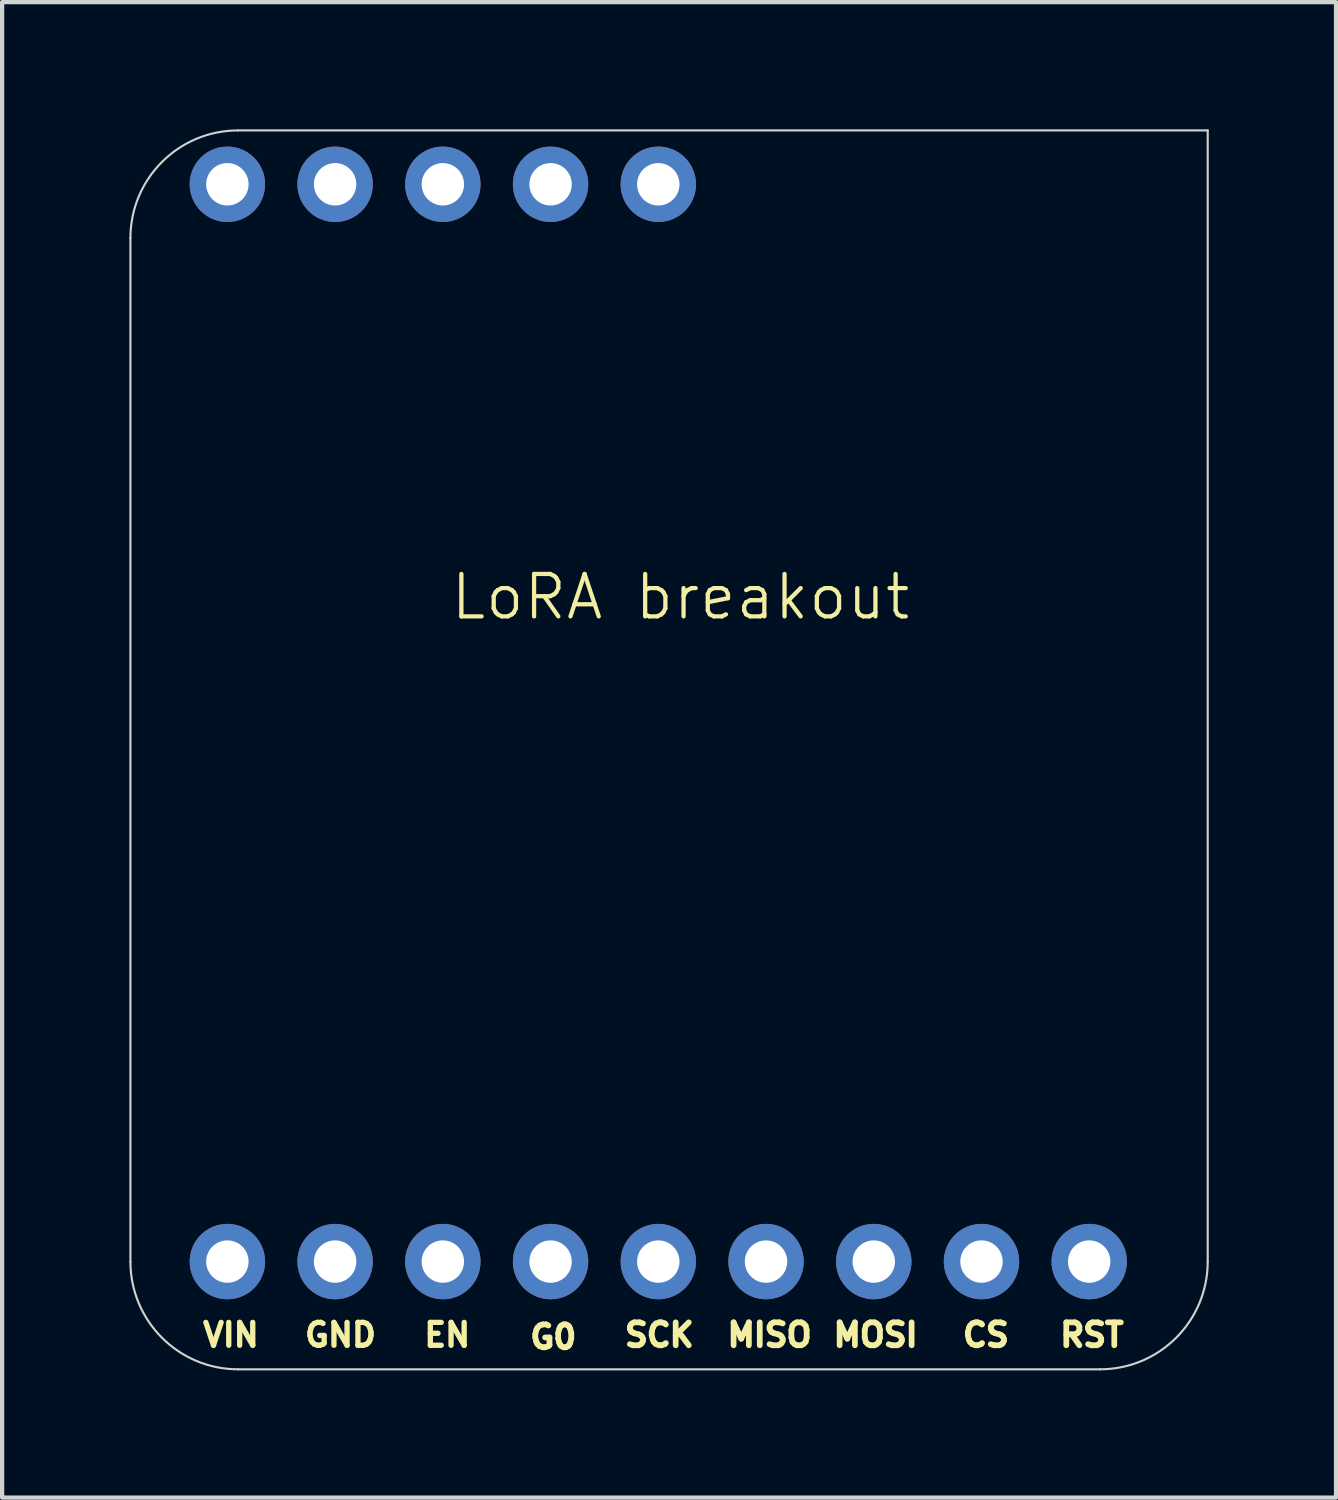
<source format=kicad_pcb>
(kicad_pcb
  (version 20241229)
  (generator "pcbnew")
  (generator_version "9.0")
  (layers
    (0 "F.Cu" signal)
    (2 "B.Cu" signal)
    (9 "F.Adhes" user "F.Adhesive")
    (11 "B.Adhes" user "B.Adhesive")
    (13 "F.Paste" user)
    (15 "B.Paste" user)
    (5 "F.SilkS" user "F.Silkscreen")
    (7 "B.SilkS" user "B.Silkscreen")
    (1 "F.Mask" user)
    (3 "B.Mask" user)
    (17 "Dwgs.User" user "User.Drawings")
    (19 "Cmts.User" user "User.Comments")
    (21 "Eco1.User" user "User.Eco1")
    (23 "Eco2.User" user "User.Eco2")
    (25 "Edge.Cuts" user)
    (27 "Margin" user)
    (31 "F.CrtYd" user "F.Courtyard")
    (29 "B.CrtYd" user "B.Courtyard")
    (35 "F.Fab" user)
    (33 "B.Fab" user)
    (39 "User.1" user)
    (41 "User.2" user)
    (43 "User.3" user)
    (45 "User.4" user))
  (footprint "LoRA breakout"
    (layer "F.Cu")
    (at 12.995 14.025)
    (property "Reference" "LoRA breakout" (at 0 -3 0) (unlocked yes) (layer "F.SilkS") (effects (font (size 1 1) (thickness 0.1))))
    (attr smd)
    (fp_line (start -12.97 12.67) (end -12.97 -11.46) (stroke (width 0.05) (type solid)) (layer "Edge.Cuts"))
    (fp_line (start -10.43 -14) (end 12.43 -14) (stroke (width 0.05) (type solid)) (layer "Edge.Cuts"))
    (fp_line (start 9.89 15.21) (end -10.43 15.21) (stroke (width 0.05) (type solid)) (layer "Edge.Cuts"))
    (fp_line (start 12.43 -14) (end 12.43 12.67) (stroke (width 0.05) (type solid)) (layer "Edge.Cuts"))
    (fp_arc (start -12.97 -11.46) (mid -12.226051 -13.256051) (end -10.43 -14) (stroke (width 0.05) (type solid)) (layer "Edge.Cuts"))
    (fp_arc (start -10.43 15.21) (mid -12.226051 14.466051) (end -12.97 12.67) (stroke (width 0.05) (type solid)) (layer "Edge.Cuts"))
    (fp_arc (start 12.43 12.67) (mid 11.686051 14.466051) (end 9.89 15.21) (stroke (width 0.05) (type solid)) (layer "Edge.Cuts"))
    (fp_text user "GND" (at -8.017 14.4 0) (unlocked yes) (layer "F.SilkS") (effects (font (size 0.54 0.54) (thickness 0.125))))
    (fp_text user "CS" (at 7.2 14.4 0) (unlocked yes) (layer "F.SilkS") (effects (font (size 0.54 0.54) (thickness 0.135))))
    (fp_text user "G0" (at -3 14.448 0) (unlocked yes) (layer "F.SilkS") (effects (font (size 0.54 0.54) (thickness 0.135))))
    (fp_text user "MISO" (at 2.1 14.4 0) (unlocked yes) (layer "F.SilkS") (effects (font (size 0.54 0.54) (thickness 0.135))))
    (fp_text user "MOSI" (at 4.6 14.4 0) (unlocked yes) (layer "F.SilkS") (effects (font (size 0.54 0.54) (thickness 0.135))))
    (fp_text user "VIN" (at -10.6 14.4 0) (unlocked yes) (layer "F.SilkS") (effects (font (size 0.54 0.54) (thickness 0.125))))
    (fp_text user "RST" (at 9.7 14.4 0) (unlocked yes) (layer "F.SilkS") (effects (font (size 0.54 0.54) (thickness 0.135))))
    (fp_text user "EN" (at -5.5 14.4 0) (unlocked yes) (layer "F.SilkS") (effects (font (size 0.54 0.54) (thickness 0.125))))
    (fp_text user "SCK" (at -0.5 14.4 0) (unlocked yes) (layer "F.SilkS") (effects (font (size 0.54 0.54) (thickness 0.135))))
    (pad "0" thru_hole circle (at -3.064 12.67 90) (size 1.778 1.778) (drill 1) (layers "*.Cu" "*.Mask"))
    (pad "1" thru_hole circle (at -10.684 -12.73 90) (size 1.778 1.778) (drill 1) (layers "*.Cu" "*.Mask"))
    (pad "2" thru_hole circle (at -8.144 -12.73 90) (size 1.778 1.778) (drill 1) (layers "*.Cu" "*.Mask"))
    (pad "3" thru_hole circle (at -5.604 -12.73 90) (size 1.778 1.778) (drill 1) (layers "*.Cu" "*.Mask"))
    (pad "4" thru_hole circle (at -3.064 -12.73 90) (size 1.778 1.778) (drill 1) (layers "*.Cu" "*.Mask"))
    (pad "5" thru_hole circle (at -0.524 -12.73 90) (size 1.778 1.778) (drill 1) (layers "*.Cu" "*.Mask"))
    (pad "6" thru_hole circle (at -10.684 12.67 90) (size 1.778 1.778) (drill 1) (layers "*.Cu" "*.Mask"))
    (pad "7" thru_hole circle (at -8.144 12.67 90) (size 1.778 1.778) (drill 1) (layers "*.Cu" "*.Mask"))
    (pad "8" thru_hole circle (at -5.604 12.67 90) (size 1.778 1.778) (drill 1) (layers "*.Cu" "*.Mask"))
    (pad "9" thru_hole circle (at -0.524 12.67 90) (size 1.778 1.778) (drill 1) (layers "*.Cu" "*.Mask"))
    (pad "10" thru_hole circle (at 2.016 12.67 90) (size 1.778 1.778) (drill 1) (layers "*.Cu" "*.Mask"))
    (pad "11" thru_hole circle (at 4.556 12.67 90) (size 1.778 1.778) (drill 1) (layers "*.Cu" "*.Mask"))
    (pad "12" thru_hole circle (at 7.096 12.67 90) (size 1.778 1.778) (drill 1) (layers "*.Cu" "*.Mask"))
    (pad "13" thru_hole circle (at 9.636 12.67 90) (size 1.778 1.778) (drill 1) (layers "*.Cu" "*.Mask")))
  (gr_rect
    (start -3 -3)
    (end 28.45 32.26)
    (stroke (width 0.1) (type default))
    (fill no)
    (layer "Edge.Cuts")))
</source>
